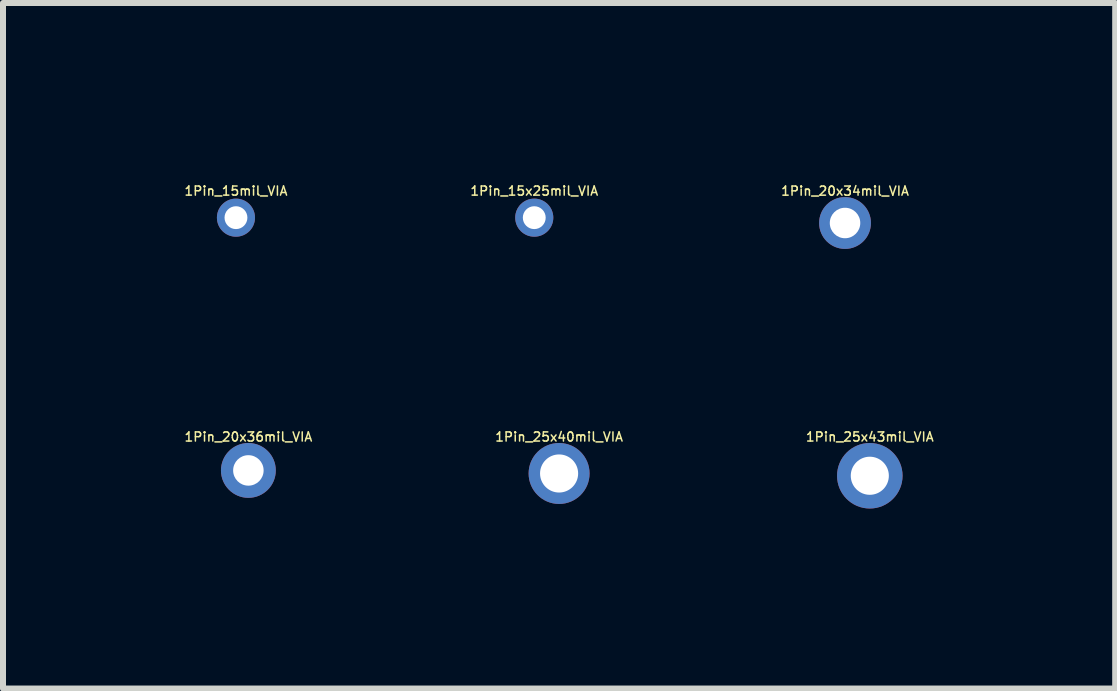
<source format=kicad_pcb>
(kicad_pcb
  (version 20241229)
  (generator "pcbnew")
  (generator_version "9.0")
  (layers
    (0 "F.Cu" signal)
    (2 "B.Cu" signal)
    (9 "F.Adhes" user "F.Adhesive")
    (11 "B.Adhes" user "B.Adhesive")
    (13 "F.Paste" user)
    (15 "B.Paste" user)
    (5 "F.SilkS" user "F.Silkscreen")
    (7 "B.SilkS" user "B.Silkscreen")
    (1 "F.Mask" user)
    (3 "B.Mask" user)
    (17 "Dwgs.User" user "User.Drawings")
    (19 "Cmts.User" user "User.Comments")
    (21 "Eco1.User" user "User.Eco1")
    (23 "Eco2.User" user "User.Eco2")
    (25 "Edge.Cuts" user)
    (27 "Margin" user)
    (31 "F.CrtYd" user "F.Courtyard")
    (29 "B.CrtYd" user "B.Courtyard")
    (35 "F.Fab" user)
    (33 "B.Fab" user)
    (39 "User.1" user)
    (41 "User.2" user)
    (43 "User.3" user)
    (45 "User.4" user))
  (footprint "1Pin_20x34mil_VIA"
    (layer "F.Cu")
    (at 11.035 0.667)
    (property "Reference" "1Pin_20x34mil_VIA" (at 0 -0.533 0) (layer "F.SilkS") (effects (font (size 0.152 0.152) (thickness 0.025))))
    (attr through_hole)
    (pad "1" thru_hole circle (at 0 0) (size 0.864 0.864) (drill 0.508) (layers "*.Cu")))
  (footprint "1Pin_15x25mil_VIA"
    (layer "F.Cu")
    (at 5.855 0.578)
    (property "Reference" "1Pin_15x25mil_VIA" (at 0 -0.445 0) (layer "F.SilkS") (effects (font (size 0.152 0.152) (thickness 0.025))))
    (attr through_hole)
    (pad "1" thru_hole circle (at 0 0) (size 0.635 0.635) (drill 0.381) (layers "*.Cu")))
  (footprint "1Pin_20x36mil_VIA"
    (layer "F.Cu")
    (at 1.09 4.791)
    (property "Reference" "1Pin_20x36mil_VIA" (at 0 -0.559 0) (layer "F.SilkS") (effects (font (size 0.152 0.152) (thickness 0.025))))
    (attr through_hole)
    (pad "1" thru_hole circle (at 0 0) (size 0.914 0.914) (drill 0.508) (layers "*.Cu")))
  (footprint "1Pin_15mil_VIA"
    (layer "F.Cu")
    (at 0.883 0.578)
    (property "Reference" "1Pin_15mil_VIA" (at 0 -0.445 0) (layer "F.SilkS") (effects (font (size 0.152 0.152) (thickness 0.025))))
    (attr through_hole)
    (pad "1" thru_hole circle (at 0 0) (size 0.635 0.635) (drill 0.381) (layers "*.Cu")))
  (footprint "1Pin_25x43mil_VIA"
    (layer "F.Cu")
    (at 11.448 4.88)
    (property "Reference" "1Pin_25x43mil_VIA" (at 0 -0.648 0) (layer "F.SilkS") (effects (font (size 0.152 0.152) (thickness 0.025))))
    (attr through_hole)
    (pad "1" thru_hole circle (at 0 0) (size 1.092 1.092) (drill 0.635) (layers "*.Cu")))
  (footprint "1Pin_25x40mil_VIA"
    (layer "F.Cu")
    (at 6.269 4.842)
    (property "Reference" "1Pin_25x40mil_VIA" (at 0 -0.61 0) (layer "F.SilkS") (effects (font (size 0.152 0.152) (thickness 0.025))))
    (attr through_hole)
    (pad "1" thru_hole circle (at 0 0) (size 1.016 1.016) (drill 0.635) (layers "*.Cu")))
  (gr_rect
    (start -3 -3)
    (end 15.538 8.426)
    (stroke (width 0.1) (type default))
    (fill no)
    (layer "Edge.Cuts")))
</source>
